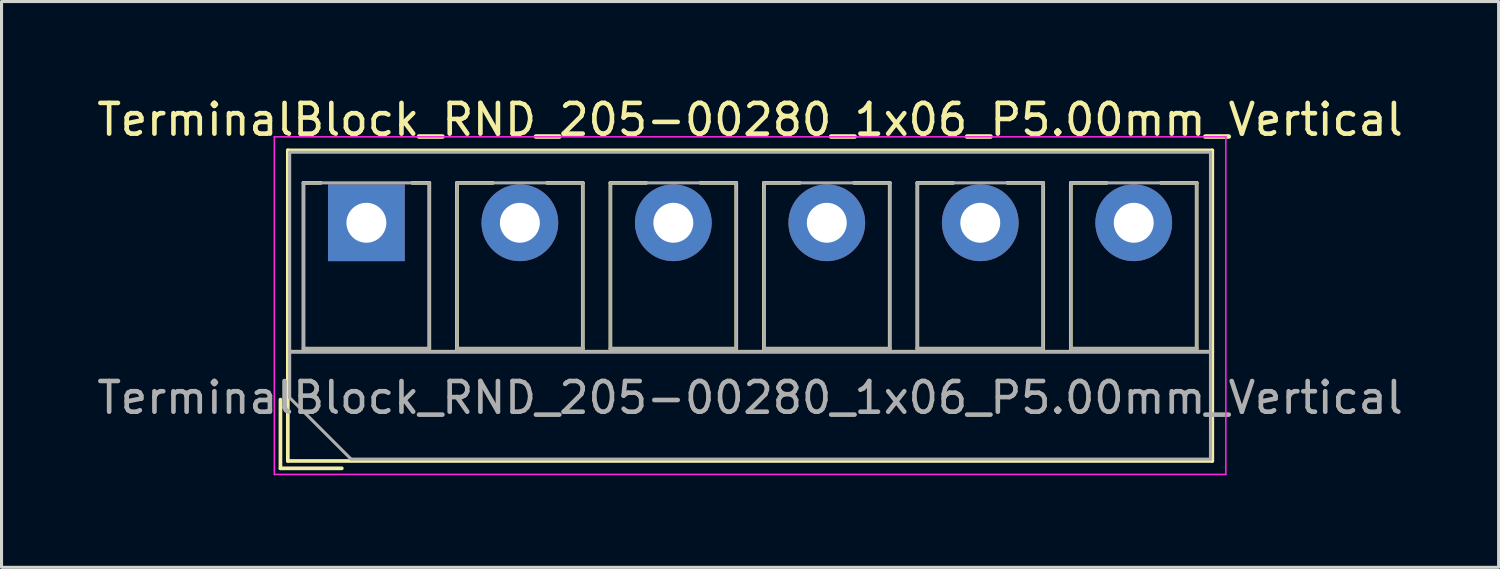
<source format=kicad_pcb>
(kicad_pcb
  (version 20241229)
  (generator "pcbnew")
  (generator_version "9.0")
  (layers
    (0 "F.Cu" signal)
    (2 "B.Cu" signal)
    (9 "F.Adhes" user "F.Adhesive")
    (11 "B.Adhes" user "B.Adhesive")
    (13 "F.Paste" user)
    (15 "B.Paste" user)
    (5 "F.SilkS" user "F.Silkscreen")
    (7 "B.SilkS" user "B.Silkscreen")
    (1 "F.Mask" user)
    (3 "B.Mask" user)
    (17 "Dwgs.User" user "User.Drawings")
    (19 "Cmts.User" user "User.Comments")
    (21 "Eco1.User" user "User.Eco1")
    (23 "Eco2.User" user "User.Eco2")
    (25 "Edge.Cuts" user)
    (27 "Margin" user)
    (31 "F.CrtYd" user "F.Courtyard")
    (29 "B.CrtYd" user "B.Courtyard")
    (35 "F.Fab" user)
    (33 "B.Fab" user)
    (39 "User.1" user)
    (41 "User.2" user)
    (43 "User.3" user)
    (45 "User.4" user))
  (footprint "TerminalBlock_RND_205-00280_1x06_P5.00mm_Vertical"
    (layer "F.Cu")
    (at 8.887 4.208)
    (property "Reference" "TerminalBlock_RND_205-00280_1x06_P5.00mm_Vertical" (at 12.5 -3.36 0) (layer "F.SilkS") (effects (font (size 1 1) (thickness 0.15))))
    (attr through_hole)
    (fp_line (start -2.8 5.76) (end -2.8 8) (stroke (width 0.12) (type solid)) (layer "F.SilkS"))
    (fp_line (start -2.8 8) (end -0.8 8) (stroke (width 0.12) (type solid)) (layer "F.SilkS"))
    (fp_line (start -2.56 -2.36) (end -2.56 7.76) (stroke (width 0.12) (type solid)) (layer "F.SilkS"))
    (fp_line (start -2.56 -2.36) (end 27.56 -2.36) (stroke (width 0.12) (type solid)) (layer "F.SilkS"))
    (fp_line (start -2.56 4.2) (end 27.56 4.2) (stroke (width 0.12) (type solid)) (layer "F.SilkS"))
    (fp_line (start -2.56 7.76) (end 27.56 7.76) (stroke (width 0.12) (type solid)) (layer "F.SilkS"))
    (fp_line (start -2.05 -1.3) (end -2.05 4.1) (stroke (width 0.12) (type solid)) (layer "F.SilkS"))
    (fp_line (start -2.05 -1.3) (end -1.49 -1.3) (stroke (width 0.12) (type solid)) (layer "F.SilkS"))
    (fp_line (start -2.05 4.1) (end 2.05 4.1) (stroke (width 0.12) (type solid)) (layer "F.SilkS"))
    (fp_line (start 1.49 -1.3) (end 2.05 -1.3) (stroke (width 0.12) (type solid)) (layer "F.SilkS"))
    (fp_line (start 2.05 -1.3) (end 2.05 4.1) (stroke (width 0.12) (type solid)) (layer "F.SilkS"))
    (fp_line (start 2.95 -1.3) (end 2.95 4.1) (stroke (width 0.12) (type solid)) (layer "F.SilkS"))
    (fp_line (start 2.95 -1.3) (end 4.117 -1.3) (stroke (width 0.12) (type solid)) (layer "F.SilkS"))
    (fp_line (start 2.95 4.1) (end 7.05 4.1) (stroke (width 0.12) (type solid)) (layer "F.SilkS"))
    (fp_line (start 5.884 -1.3) (end 7.05 -1.3) (stroke (width 0.12) (type solid)) (layer "F.SilkS"))
    (fp_line (start 7.05 -1.3) (end 7.05 4.1) (stroke (width 0.12) (type solid)) (layer "F.SilkS"))
    (fp_line (start 7.95 -1.3) (end 7.95 4.1) (stroke (width 0.12) (type solid)) (layer "F.SilkS"))
    (fp_line (start 7.95 -1.3) (end 9.117 -1.3) (stroke (width 0.12) (type solid)) (layer "F.SilkS"))
    (fp_line (start 7.95 4.1) (end 12.05 4.1) (stroke (width 0.12) (type solid)) (layer "F.SilkS"))
    (fp_line (start 10.884 -1.3) (end 12.05 -1.3) (stroke (width 0.12) (type solid)) (layer "F.SilkS"))
    (fp_line (start 12.05 -1.3) (end 12.05 4.1) (stroke (width 0.12) (type solid)) (layer "F.SilkS"))
    (fp_line (start 12.95 -1.3) (end 12.95 4.1) (stroke (width 0.12) (type solid)) (layer "F.SilkS"))
    (fp_line (start 12.95 -1.3) (end 14.117 -1.3) (stroke (width 0.12) (type solid)) (layer "F.SilkS"))
    (fp_line (start 12.95 4.1) (end 17.05 4.1) (stroke (width 0.12) (type solid)) (layer "F.SilkS"))
    (fp_line (start 15.884 -1.3) (end 17.05 -1.3) (stroke (width 0.12) (type solid)) (layer "F.SilkS"))
    (fp_line (start 17.05 -1.3) (end 17.05 4.1) (stroke (width 0.12) (type solid)) (layer "F.SilkS"))
    (fp_line (start 17.95 -1.3) (end 17.95 4.1) (stroke (width 0.12) (type solid)) (layer "F.SilkS"))
    (fp_line (start 17.95 -1.3) (end 19.117 -1.3) (stroke (width 0.12) (type solid)) (layer "F.SilkS"))
    (fp_line (start 17.95 4.1) (end 22.05 4.1) (stroke (width 0.12) (type solid)) (layer "F.SilkS"))
    (fp_line (start 20.884 -1.3) (end 22.05 -1.3) (stroke (width 0.12) (type solid)) (layer "F.SilkS"))
    (fp_line (start 22.05 -1.3) (end 22.05 4.1) (stroke (width 0.12) (type solid)) (layer "F.SilkS"))
    (fp_line (start 22.95 -1.3) (end 22.95 4.1) (stroke (width 0.12) (type solid)) (layer "F.SilkS"))
    (fp_line (start 22.95 -1.3) (end 24.117 -1.3) (stroke (width 0.12) (type solid)) (layer "F.SilkS"))
    (fp_line (start 22.95 4.1) (end 27.05 4.1) (stroke (width 0.12) (type solid)) (layer "F.SilkS"))
    (fp_line (start 25.884 -1.3) (end 27.05 -1.3) (stroke (width 0.12) (type solid)) (layer "F.SilkS"))
    (fp_line (start 27.05 -1.3) (end 27.05 4.1) (stroke (width 0.12) (type solid)) (layer "F.SilkS"))
    (fp_line (start 27.56 -2.36) (end 27.56 7.76) (stroke (width 0.12) (type solid)) (layer "F.SilkS"))
    (fp_line (start -3 -2.8) (end -3 8.2) (stroke (width 0.05) (type solid)) (layer "F.CrtYd"))
    (fp_line (start -3 8.2) (end 28 8.2) (stroke (width 0.05) (type solid)) (layer "F.CrtYd"))
    (fp_line (start 28 -2.8) (end -3 -2.8) (stroke (width 0.05) (type solid)) (layer "F.CrtYd"))
    (fp_line (start 28 8.2) (end 28 -2.8) (stroke (width 0.05) (type solid)) (layer "F.CrtYd"))
    (fp_line (start -2.5 -2.3) (end 27.5 -2.3) (stroke (width 0.1) (type solid)) (layer "F.Fab"))
    (fp_line (start -2.5 4.2) (end 27.5 4.2) (stroke (width 0.1) (type solid)) (layer "F.Fab"))
    (fp_line (start -2.5 5.7) (end -2.5 -2.3) (stroke (width 0.1) (type solid)) (layer "F.Fab"))
    (fp_line (start -2.05 -1.3) (end -2.05 4.1) (stroke (width 0.1) (type solid)) (layer "F.Fab"))
    (fp_line (start -2.05 4.1) (end 2.05 4.1) (stroke (width 0.1) (type solid)) (layer "F.Fab"))
    (fp_line (start -0.5 7.7) (end -2.5 5.7) (stroke (width 0.1) (type solid)) (layer "F.Fab"))
    (fp_line (start 2.05 -1.3) (end -2.05 -1.3) (stroke (width 0.1) (type solid)) (layer "F.Fab"))
    (fp_line (start 2.05 4.1) (end 2.05 -1.3) (stroke (width 0.1) (type solid)) (layer "F.Fab"))
    (fp_line (start 2.95 -1.3) (end 2.95 4.1) (stroke (width 0.1) (type solid)) (layer "F.Fab"))
    (fp_line (start 2.95 4.1) (end 7.05 4.1) (stroke (width 0.1) (type solid)) (layer "F.Fab"))
    (fp_line (start 7.05 -1.3) (end 2.95 -1.3) (stroke (width 0.1) (type solid)) (layer "F.Fab"))
    (fp_line (start 7.05 4.1) (end 7.05 -1.3) (stroke (width 0.1) (type solid)) (layer "F.Fab"))
    (fp_line (start 7.95 -1.3) (end 7.95 4.1) (stroke (width 0.1) (type solid)) (layer "F.Fab"))
    (fp_line (start 7.95 4.1) (end 12.05 4.1) (stroke (width 0.1) (type solid)) (layer "F.Fab"))
    (fp_line (start 12.05 -1.3) (end 7.95 -1.3) (stroke (width 0.1) (type solid)) (layer "F.Fab"))
    (fp_line (start 12.05 4.1) (end 12.05 -1.3) (stroke (width 0.1) (type solid)) (layer "F.Fab"))
    (fp_line (start 12.95 -1.3) (end 12.95 4.1) (stroke (width 0.1) (type solid)) (layer "F.Fab"))
    (fp_line (start 12.95 4.1) (end 17.05 4.1) (stroke (width 0.1) (type solid)) (layer "F.Fab"))
    (fp_line (start 17.05 -1.3) (end 12.95 -1.3) (stroke (width 0.1) (type solid)) (layer "F.Fab"))
    (fp_line (start 17.05 4.1) (end 17.05 -1.3) (stroke (width 0.1) (type solid)) (layer "F.Fab"))
    (fp_line (start 17.95 -1.3) (end 17.95 4.1) (stroke (width 0.1) (type solid)) (layer "F.Fab"))
    (fp_line (start 17.95 4.1) (end 22.05 4.1) (stroke (width 0.1) (type solid)) (layer "F.Fab"))
    (fp_line (start 22.05 -1.3) (end 17.95 -1.3) (stroke (width 0.1) (type solid)) (layer "F.Fab"))
    (fp_line (start 22.05 4.1) (end 22.05 -1.3) (stroke (width 0.1) (type solid)) (layer "F.Fab"))
    (fp_line (start 22.95 -1.3) (end 22.95 4.1) (stroke (width 0.1) (type solid)) (layer "F.Fab"))
    (fp_line (start 22.95 4.1) (end 27.05 4.1) (stroke (width 0.1) (type solid)) (layer "F.Fab"))
    (fp_line (start 27.05 -1.3) (end 22.95 -1.3) (stroke (width 0.1) (type solid)) (layer "F.Fab"))
    (fp_line (start 27.05 4.1) (end 27.05 -1.3) (stroke (width 0.1) (type solid)) (layer "F.Fab"))
    (fp_line (start 27.5 -2.3) (end 27.5 7.7) (stroke (width 0.1) (type solid)) (layer "F.Fab"))
    (fp_line (start 27.5 7.7) (end -0.5 7.7) (stroke (width 0.1) (type solid)) (layer "F.Fab"))
    (fp_text user "${REFERENCE}" (at 12.5 5.7 0) (layer "F.Fab") (effects (font (size 1 1) (thickness 0.15))))
    (pad "1" thru_hole rect (at 0 0) (size 2.5 2.5) (drill 1.3) (layers "*.Cu" "*.Mask"))
    (pad "2" thru_hole circle (at 5 0) (size 2.5 2.5) (drill 1.3) (layers "*.Cu" "*.Mask"))
    (pad "3" thru_hole circle (at 10 0) (size 2.5 2.5) (drill 1.3) (layers "*.Cu" "*.Mask"))
    (pad "4" thru_hole circle (at 15 0) (size 2.5 2.5) (drill 1.3) (layers "*.Cu" "*.Mask"))
    (pad "5" thru_hole circle (at 20 0) (size 2.5 2.5) (drill 1.3) (layers "*.Cu" "*.Mask"))
    (pad "6" thru_hole circle (at 25 0) (size 2.5 2.5) (drill 1.3) (layers "*.Cu" "*.Mask")))
  (gr_rect
    (start -3 -3)
    (end 45.774 15.433)
    (stroke (width 0.1) (type default))
    (fill no)
    (layer "Edge.Cuts")))
</source>
